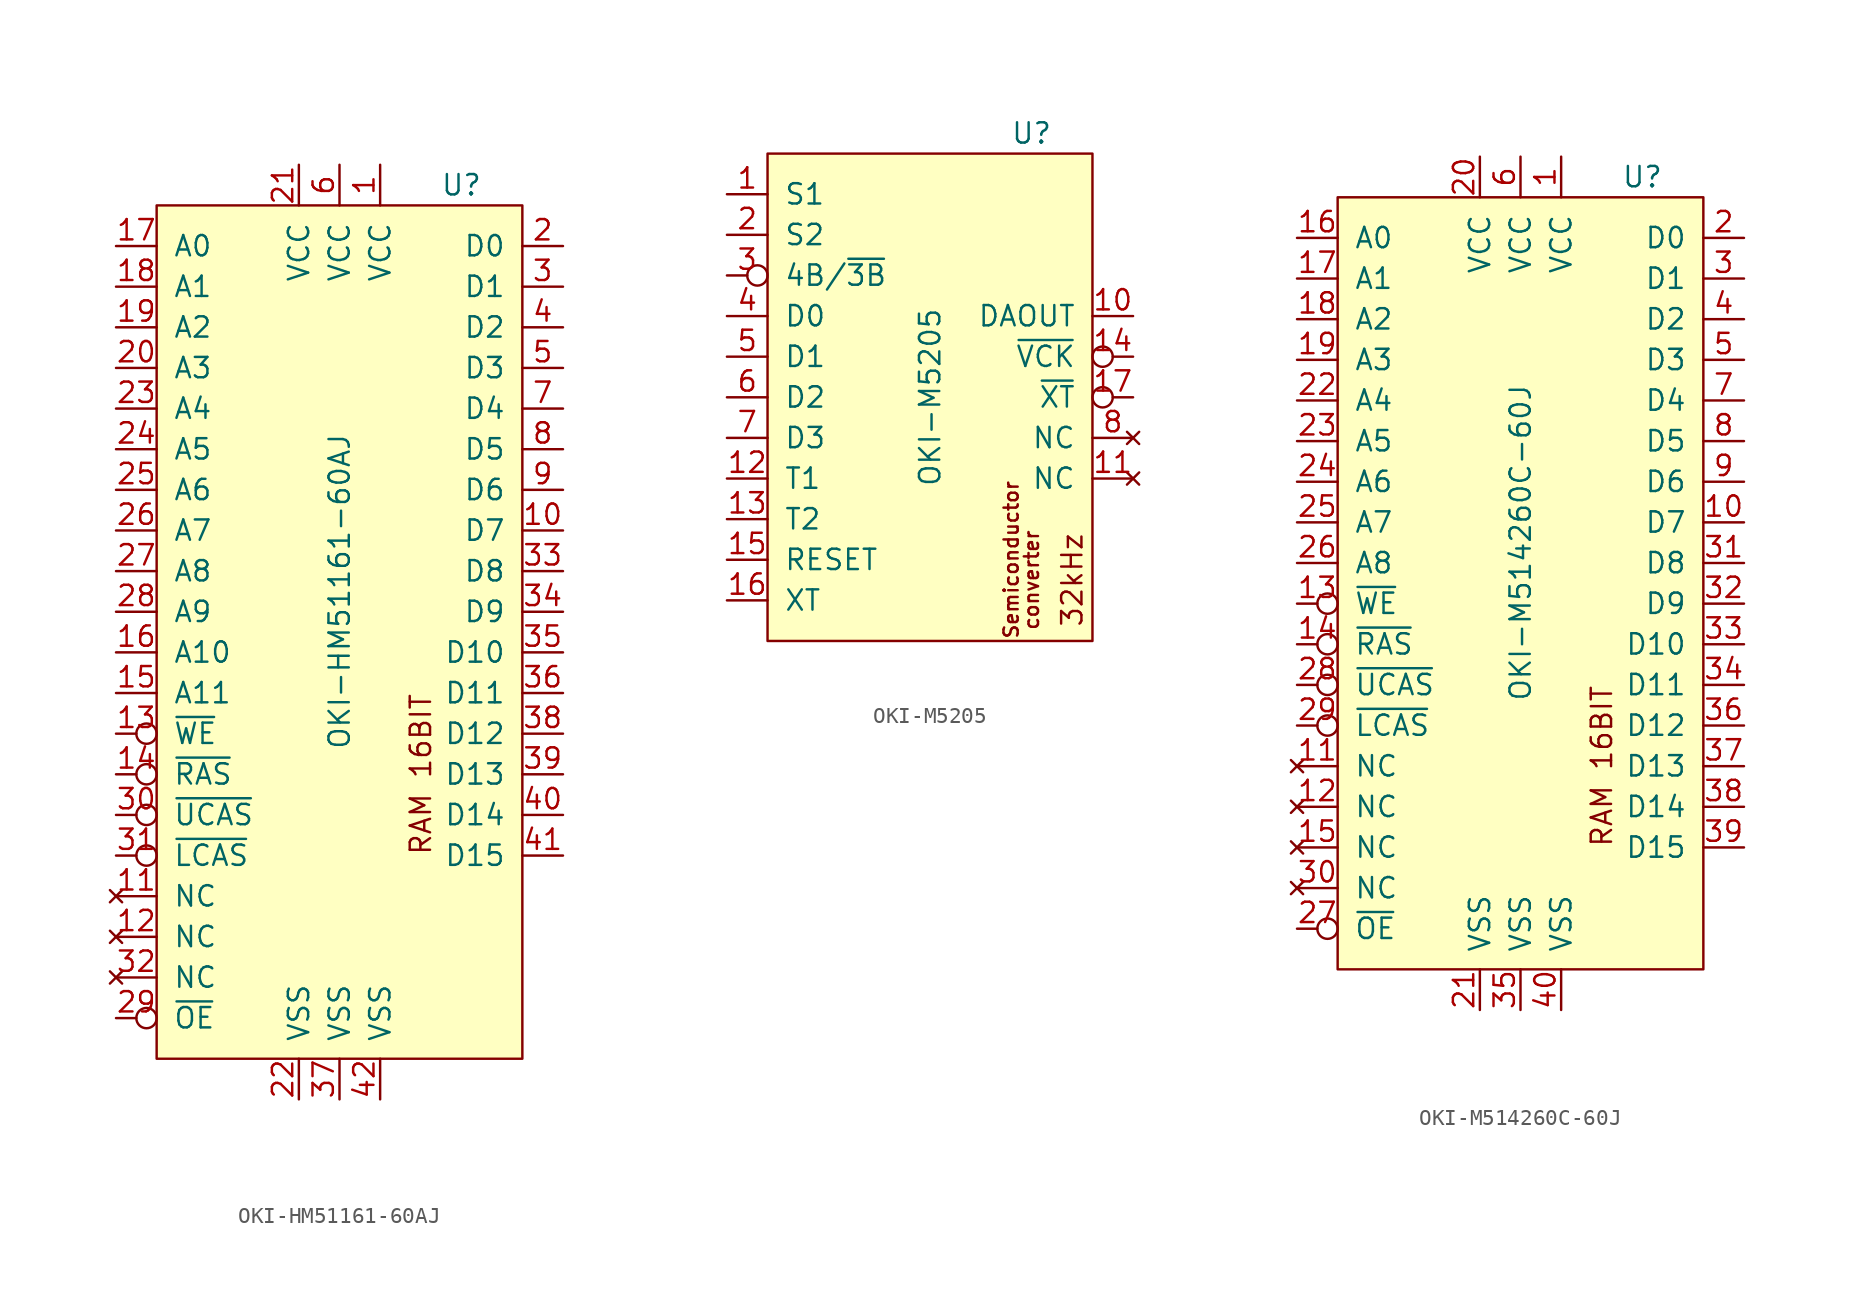
<source format=kicad_sym>
(kicad_symbol_lib
  (version 20211014)
  (generator kicad_symbol_editor)
  (symbol "OKI-HM51161-60AJ"
    (pin_names
      (offset 1.016))
    (property "Reference" "U"
      (at 7.62 26.67 0)
      (effects (font (size 1.27 1.27))))
    (property "Value" "OKI-HM51161-60AJ"
      (at 0 1.27 90)
      (effects (font (size 1.27 1.27))))
    (symbol "OKI-HM51161-60AJ_1_1"
      (rectangle (start -11.43 25.4) (end 11.43 -27.94) (stroke (width 0) (type default) (color 0 0 0 0)) (fill (type background)))
      (text "RAM 16BIT" (at 5.08 -10.16 900) (effects (font (size 1.27 1.27))))
      (pin power_in line (at 2.54 27.94 270) (length 2.54) (name "VCC" (effects (font (size 1.27 1.27)))) (number "1" (effects (font (size 1.27 1.27)))))
      (pin tri_state line (at 13.97 5.08 180) (length 2.54) (name "D7" (effects (font (size 1.27 1.27)))) (number "10" (effects (font (size 1.27 1.27)))))
      (pin no_connect line (at -13.97 -17.78 0) (length 2.54) (name "NC" (effects (font (size 1.27 1.27)))) (number "11" (effects (font (size 1.27 1.27)))))
      (pin no_connect line (at -13.97 -20.32 0) (length 2.54) (name "NC" (effects (font (size 1.27 1.27)))) (number "12" (effects (font (size 1.27 1.27)))))
      (pin input inverted (at -13.97 -7.62 0) (length 2.54) (name "~{WE}" (effects (font (size 1.27 1.27)))) (number "13" (effects (font (size 1.27 1.27)))))
      (pin input inverted (at -13.97 -10.16 0) (length 2.54) (name "~{RAS}" (effects (font (size 1.27 1.27)))) (number "14" (effects (font (size 1.27 1.27)))))
      (pin input line (at -13.97 -5.08 0) (length 2.54) (name "A11" (effects (font (size 1.27 1.27)))) (number "15" (effects (font (size 1.27 1.27)))))
      (pin input line (at -13.97 -2.54 0) (length 2.54) (name "A10" (effects (font (size 1.27 1.27)))) (number "16" (effects (font (size 1.27 1.27)))))
      (pin input line (at -13.97 22.86 0) (length 2.54) (name "A0" (effects (font (size 1.27 1.27)))) (number "17" (effects (font (size 1.27 1.27)))))
      (pin input line (at -13.97 20.32 0) (length 2.54) (name "A1" (effects (font (size 1.27 1.27)))) (number "18" (effects (font (size 1.27 1.27)))))
      (pin input line (at -13.97 17.78 0) (length 2.54) (name "A2" (effects (font (size 1.27 1.27)))) (number "19" (effects (font (size 1.27 1.27)))))
      (pin tri_state line (at 13.97 22.86 180) (length 2.54) (name "D0" (effects (font (size 1.27 1.27)))) (number "2" (effects (font (size 1.27 1.27)))))
      (pin input line (at -13.97 15.24 0) (length 2.54) (name "A3" (effects (font (size 1.27 1.27)))) (number "20" (effects (font (size 1.27 1.27)))))
      (pin power_in line (at -2.54 27.94 270) (length 2.54) (name "VCC" (effects (font (size 1.27 1.27)))) (number "21" (effects (font (size 1.27 1.27)))))
      (pin power_in line (at -2.54 -30.48 90) (length 2.54) (name "VSS" (effects (font (size 1.27 1.27)))) (number "22" (effects (font (size 1.27 1.27)))))
      (pin input line (at -13.97 12.7 0) (length 2.54) (name "A4" (effects (font (size 1.27 1.27)))) (number "23" (effects (font (size 1.27 1.27)))))
      (pin input line (at -13.97 10.16 0) (length 2.54) (name "A5" (effects (font (size 1.27 1.27)))) (number "24" (effects (font (size 1.27 1.27)))))
      (pin input line (at -13.97 7.62 0) (length 2.54) (name "A6" (effects (font (size 1.27 1.27)))) (number "25" (effects (font (size 1.27 1.27)))))
      (pin input line (at -13.97 5.08 0) (length 2.54) (name "A7" (effects (font (size 1.27 1.27)))) (number "26" (effects (font (size 1.27 1.27)))))
      (pin input line (at -13.97 2.54 0) (length 2.54) (name "A8" (effects (font (size 1.27 1.27)))) (number "27" (effects (font (size 1.27 1.27)))))
      (pin input line (at -13.97 0 0) (length 2.54) (name "A9" (effects (font (size 1.27 1.27)))) (number "28" (effects (font (size 1.27 1.27)))))
      (pin input inverted (at -13.97 -25.4 0) (length 2.54) (name "~{OE}" (effects (font (size 1.27 1.27)))) (number "29" (effects (font (size 1.27 1.27)))))
      (pin tri_state line (at 13.97 20.32 180) (length 2.54) (name "D1" (effects (font (size 1.27 1.27)))) (number "3" (effects (font (size 1.27 1.27)))))
      (pin input inverted (at -13.97 -12.7 0) (length 2.54) (name "~{UCAS}" (effects (font (size 1.27 1.27)))) (number "30" (effects (font (size 1.27 1.27)))))
      (pin input inverted (at -13.97 -15.24 0) (length 2.54) (name "~{LCAS}" (effects (font (size 1.27 1.27)))) (number "31" (effects (font (size 1.27 1.27)))))
      (pin no_connect line (at -13.97 -22.86 0) (length 2.54) (name "NC" (effects (font (size 1.27 1.27)))) (number "32" (effects (font (size 1.27 1.27)))))
      (pin tri_state line (at 13.97 2.54 180) (length 2.54) (name "D8" (effects (font (size 1.27 1.27)))) (number "33" (effects (font (size 1.27 1.27)))))
      (pin tri_state line (at 13.97 0 180) (length 2.54) (name "D9" (effects (font (size 1.27 1.27)))) (number "34" (effects (font (size 1.27 1.27)))))
      (pin tri_state line (at 13.97 -2.54 180) (length 2.54) (name "D10" (effects (font (size 1.27 1.27)))) (number "35" (effects (font (size 1.27 1.27)))))
      (pin tri_state line (at 13.97 -5.08 180) (length 2.54) (name "D11" (effects (font (size 1.27 1.27)))) (number "36" (effects (font (size 1.27 1.27)))))
      (pin power_in line (at 0 -30.48 90) (length 2.54) (name "VSS" (effects (font (size 1.27 1.27)))) (number "37" (effects (font (size 1.27 1.27)))))
      (pin tri_state line (at 13.97 -7.62 180) (length 2.54) (name "D12" (effects (font (size 1.27 1.27)))) (number "38" (effects (font (size 1.27 1.27)))))
      (pin tri_state line (at 13.97 -10.16 180) (length 2.54) (name "D13" (effects (font (size 1.27 1.27)))) (number "39" (effects (font (size 1.27 1.27)))))
      (pin tri_state line (at 13.97 17.78 180) (length 2.54) (name "D2" (effects (font (size 1.27 1.27)))) (number "4" (effects (font (size 1.27 1.27)))))
      (pin tri_state line (at 13.97 -12.7 180) (length 2.54) (name "D14" (effects (font (size 1.27 1.27)))) (number "40" (effects (font (size 1.27 1.27)))))
      (pin tri_state line (at 13.97 -15.24 180) (length 2.54) (name "D15" (effects (font (size 1.27 1.27)))) (number "41" (effects (font (size 1.27 1.27)))))
      (pin power_in line (at 2.54 -30.48 90) (length 2.54) (name "VSS" (effects (font (size 1.27 1.27)))) (number "42" (effects (font (size 1.27 1.27)))))
      (pin tri_state line (at 13.97 15.24 180) (length 2.54) (name "D3" (effects (font (size 1.27 1.27)))) (number "5" (effects (font (size 1.27 1.27)))))
      (pin power_in line (at 0 27.94 270) (length 2.54) (name "VCC" (effects (font (size 1.27 1.27)))) (number "6" (effects (font (size 1.27 1.27)))))
      (pin tri_state line (at 13.97 12.7 180) (length 2.54) (name "D4" (effects (font (size 1.27 1.27)))) (number "7" (effects (font (size 1.27 1.27)))))
      (pin tri_state line (at 13.97 10.16 180) (length 2.54) (name "D5" (effects (font (size 1.27 1.27)))) (number "8" (effects (font (size 1.27 1.27)))))
      (pin tri_state line (at 13.97 7.62 180) (length 2.54) (name "D6" (effects (font (size 1.27 1.27)))) (number "9" (effects (font (size 1.27 1.27)))))))
  (symbol "OKI-M5205"
    (pin_names
      (offset 1.016))
    (property "Reference" "U"
      (at 6.35 16.51 0)
      (effects (font (size 1.27 1.27))))
    (property "Value" "OKI-M5205"
      (at 0 0 90)
      (effects (font (size 1.27 1.27))))
    (symbol "OKI-M5205_0_0"
      (text "32kHz" (at 8.89 -11.43 900) (effects (font (size 1.27 1.27))))
      (text "converter" (at 6.35 -11.43 900) (effects (font (size 0.889 0.889))))
      (text "Semiconductor" (at 5.08 -10.16 900) (effects (font (size 0.889 0.889)))))
    (symbol "OKI-M5205_0_1"
      (rectangle (start -10.16 15.24) (end 10.16 -15.24) (stroke (width 0) (type default) (color 0 0 0 0)) (fill (type background))))
    (symbol "OKI-M5205_1_1"
      (pin input line (at -12.7 12.7 0) (length 2.54) (name "S1" (effects (font (size 1.27 1.27)))) (number "1" (effects (font (size 1.27 1.27)))))
      (pin output line (at 12.7 5.08 180) (length 2.54) (name "DAOUT" (effects (font (size 1.27 1.27)))) (number "10" (effects (font (size 1.27 1.27)))))
      (pin no_connect line (at 12.7 -5.08 180) (length 2.54) (name "NC" (effects (font (size 1.27 1.27)))) (number "11" (effects (font (size 1.27 1.27)))))
      (pin input line (at -12.7 -5.08 0) (length 2.54) (name "T1" (effects (font (size 1.27 1.27)))) (number "12" (effects (font (size 1.27 1.27)))))
      (pin input line (at -12.7 -7.62 0) (length 2.54) (name "T2" (effects (font (size 1.27 1.27)))) (number "13" (effects (font (size 1.27 1.27)))))
      (pin output inverted (at 12.7 2.54 180) (length 2.54) (name "~{VCK}" (effects (font (size 1.27 1.27)))) (number "14" (effects (font (size 1.27 1.27)))))
      (pin input line (at -12.7 -10.16 0) (length 2.54) (name "RESET" (effects (font (size 1.27 1.27)))) (number "15" (effects (font (size 1.27 1.27)))))
      (pin input line (at -12.7 -12.7 0) (length 2.54) (name "XT" (effects (font (size 1.27 1.27)))) (number "16" (effects (font (size 1.27 1.27)))))
      (pin output inverted (at 12.7 0 180) (length 2.54) (name "~{XT}" (effects (font (size 1.27 1.27)))) (number "17" (effects (font (size 1.27 1.27)))))
      (pin power_in line (at 0 15.24 270) (length 2.54) hide (name "VCC" (effects (font (size 1.27 1.27)))) (number "18" (effects (font (size 1.27 1.27)))))
      (pin input line (at -12.7 10.16 0) (length 2.54) (name "S2" (effects (font (size 1.27 1.27)))) (number "2" (effects (font (size 1.27 1.27)))))
      (pin input inverted (at -12.7 7.62 0) (length 2.54) (name "4B/~{3B}" (effects (font (size 1.27 1.27)))) (number "3" (effects (font (size 1.27 1.27)))))
      (pin input line (at -12.7 5.08 0) (length 2.54) (name "D0" (effects (font (size 1.27 1.27)))) (number "4" (effects (font (size 1.27 1.27)))))
      (pin input line (at -12.7 2.54 0) (length 2.54) (name "D1" (effects (font (size 1.27 1.27)))) (number "5" (effects (font (size 1.27 1.27)))))
      (pin input line (at -12.7 0 0) (length 2.54) (name "D2" (effects (font (size 1.27 1.27)))) (number "6" (effects (font (size 1.27 1.27)))))
      (pin input line (at -12.7 -2.54 0) (length 2.54) (name "D3" (effects (font (size 1.27 1.27)))) (number "7" (effects (font (size 1.27 1.27)))))
      (pin no_connect line (at 12.7 -2.54 180) (length 2.54) (name "NC" (effects (font (size 1.27 1.27)))) (number "8" (effects (font (size 1.27 1.27)))))
      (pin power_in line (at 0 -15.24 90) (length 2.54) hide (name "VSS" (effects (font (size 1.27 1.27)))) (number "9" (effects (font (size 1.27 1.27)))))))
  (symbol "OKI-M514260C-60J"
    (pin_names
      (offset 1.016))
    (property "Reference" "U"
      (at 7.62 24.13 0)
      (effects (font (size 1.27 1.27))))
    (property "Value" "OKI-M514260C-60J"
      (at 0 1.27 90)
      (effects (font (size 1.27 1.27))))
    (symbol "OKI-M514260C-60J_0_0"
      (text "RAM 16BIT" (at 5.08 -12.7 900) (effects (font (size 1.27 1.27)))))
    (symbol "OKI-M514260C-60J_0_1"
      (rectangle (start -11.43 22.86) (end 11.43 -25.4) (stroke (width 0) (type default) (color 0 0 0 0)) (fill (type background))))
    (symbol "OKI-M514260C-60J_1_1"
      (pin power_in line (at 2.54 25.4 270) (length 2.54) (name "VCC" (effects (font (size 1.27 1.27)))) (number "1" (effects (font (size 1.27 1.27)))))
      (pin tri_state line (at 13.97 2.54 180) (length 2.54) (name "D7" (effects (font (size 1.27 1.27)))) (number "10" (effects (font (size 1.27 1.27)))))
      (pin no_connect line (at -13.97 -12.7 0) (length 2.54) (name "NC" (effects (font (size 1.27 1.27)))) (number "11" (effects (font (size 1.27 1.27)))))
      (pin no_connect line (at -13.97 -15.24 0) (length 2.54) (name "NC" (effects (font (size 1.27 1.27)))) (number "12" (effects (font (size 1.27 1.27)))))
      (pin input inverted (at -13.97 -2.54 0) (length 2.54) (name "~{WE}" (effects (font (size 1.27 1.27)))) (number "13" (effects (font (size 1.27 1.27)))))
      (pin input inverted (at -13.97 -5.08 0) (length 2.54) (name "~{RAS}" (effects (font (size 1.27 1.27)))) (number "14" (effects (font (size 1.27 1.27)))))
      (pin no_connect line (at -13.97 -17.78 0) (length 2.54) (name "NC" (effects (font (size 1.27 1.27)))) (number "15" (effects (font (size 1.27 1.27)))))
      (pin input line (at -13.97 20.32 0) (length 2.54) (name "A0" (effects (font (size 1.27 1.27)))) (number "16" (effects (font (size 1.27 1.27)))))
      (pin input line (at -13.97 17.78 0) (length 2.54) (name "A1" (effects (font (size 1.27 1.27)))) (number "17" (effects (font (size 1.27 1.27)))))
      (pin input line (at -13.97 15.24 0) (length 2.54) (name "A2" (effects (font (size 1.27 1.27)))) (number "18" (effects (font (size 1.27 1.27)))))
      (pin input line (at -13.97 12.7 0) (length 2.54) (name "A3" (effects (font (size 1.27 1.27)))) (number "19" (effects (font (size 1.27 1.27)))))
      (pin tri_state line (at 13.97 20.32 180) (length 2.54) (name "D0" (effects (font (size 1.27 1.27)))) (number "2" (effects (font (size 1.27 1.27)))))
      (pin power_in line (at -2.54 25.4 270) (length 2.54) (name "VCC" (effects (font (size 1.27 1.27)))) (number "20" (effects (font (size 1.27 1.27)))))
      (pin power_in line (at -2.54 -27.94 90) (length 2.54) (name "VSS" (effects (font (size 1.27 1.27)))) (number "21" (effects (font (size 1.27 1.27)))))
      (pin input line (at -13.97 10.16 0) (length 2.54) (name "A4" (effects (font (size 1.27 1.27)))) (number "22" (effects (font (size 1.27 1.27)))))
      (pin input line (at -13.97 7.62 0) (length 2.54) (name "A5" (effects (font (size 1.27 1.27)))) (number "23" (effects (font (size 1.27 1.27)))))
      (pin input line (at -13.97 5.08 0) (length 2.54) (name "A6" (effects (font (size 1.27 1.27)))) (number "24" (effects (font (size 1.27 1.27)))))
      (pin input line (at -13.97 2.54 0) (length 2.54) (name "A7" (effects (font (size 1.27 1.27)))) (number "25" (effects (font (size 1.27 1.27)))))
      (pin input line (at -13.97 0 0) (length 2.54) (name "A8" (effects (font (size 1.27 1.27)))) (number "26" (effects (font (size 1.27 1.27)))))
      (pin input inverted (at -13.97 -22.86 0) (length 2.54) (name "~{OE}" (effects (font (size 1.27 1.27)))) (number "27" (effects (font (size 1.27 1.27)))))
      (pin input inverted (at -13.97 -7.62 0) (length 2.54) (name "~{UCAS}" (effects (font (size 1.27 1.27)))) (number "28" (effects (font (size 1.27 1.27)))))
      (pin input inverted (at -13.97 -10.16 0) (length 2.54) (name "~{LCAS}" (effects (font (size 1.27 1.27)))) (number "29" (effects (font (size 1.27 1.27)))))
      (pin tri_state line (at 13.97 17.78 180) (length 2.54) (name "D1" (effects (font (size 1.27 1.27)))) (number "3" (effects (font (size 1.27 1.27)))))
      (pin no_connect line (at -13.97 -20.32 0) (length 2.54) (name "NC" (effects (font (size 1.27 1.27)))) (number "30" (effects (font (size 1.27 1.27)))))
      (pin tri_state line (at 13.97 0 180) (length 2.54) (name "D8" (effects (font (size 1.27 1.27)))) (number "31" (effects (font (size 1.27 1.27)))))
      (pin tri_state line (at 13.97 -2.54 180) (length 2.54) (name "D9" (effects (font (size 1.27 1.27)))) (number "32" (effects (font (size 1.27 1.27)))))
      (pin tri_state line (at 13.97 -5.08 180) (length 2.54) (name "D10" (effects (font (size 1.27 1.27)))) (number "33" (effects (font (size 1.27 1.27)))))
      (pin tri_state line (at 13.97 -7.62 180) (length 2.54) (name "D11" (effects (font (size 1.27 1.27)))) (number "34" (effects (font (size 1.27 1.27)))))
      (pin power_in line (at 0 -27.94 90) (length 2.54) (name "VSS" (effects (font (size 1.27 1.27)))) (number "35" (effects (font (size 1.27 1.27)))))
      (pin tri_state line (at 13.97 -10.16 180) (length 2.54) (name "D12" (effects (font (size 1.27 1.27)))) (number "36" (effects (font (size 1.27 1.27)))))
      (pin tri_state line (at 13.97 -12.7 180) (length 2.54) (name "D13" (effects (font (size 1.27 1.27)))) (number "37" (effects (font (size 1.27 1.27)))))
      (pin tri_state line (at 13.97 -15.24 180) (length 2.54) (name "D14" (effects (font (size 1.27 1.27)))) (number "38" (effects (font (size 1.27 1.27)))))
      (pin tri_state line (at 13.97 -17.78 180) (length 2.54) (name "D15" (effects (font (size 1.27 1.27)))) (number "39" (effects (font (size 1.27 1.27)))))
      (pin tri_state line (at 13.97 15.24 180) (length 2.54) (name "D2" (effects (font (size 1.27 1.27)))) (number "4" (effects (font (size 1.27 1.27)))))
      (pin power_in line (at 2.54 -27.94 90) (length 2.54) (name "VSS" (effects (font (size 1.27 1.27)))) (number "40" (effects (font (size 1.27 1.27)))))
      (pin tri_state line (at 13.97 12.7 180) (length 2.54) (name "D3" (effects (font (size 1.27 1.27)))) (number "5" (effects (font (size 1.27 1.27)))))
      (pin power_in line (at 0 25.4 270) (length 2.54) (name "VCC" (effects (font (size 1.27 1.27)))) (number "6" (effects (font (size 1.27 1.27)))))
      (pin tri_state line (at 13.97 10.16 180) (length 2.54) (name "D4" (effects (font (size 1.27 1.27)))) (number "7" (effects (font (size 1.27 1.27)))))
      (pin tri_state line (at 13.97 7.62 180) (length 2.54) (name "D5" (effects (font (size 1.27 1.27)))) (number "8" (effects (font (size 1.27 1.27)))))
      (pin tri_state line (at 13.97 5.08 180) (length 2.54) (name "D6" (effects (font (size 1.27 1.27)))) (number "9" (effects (font (size 1.27 1.27))))))))
</source>
